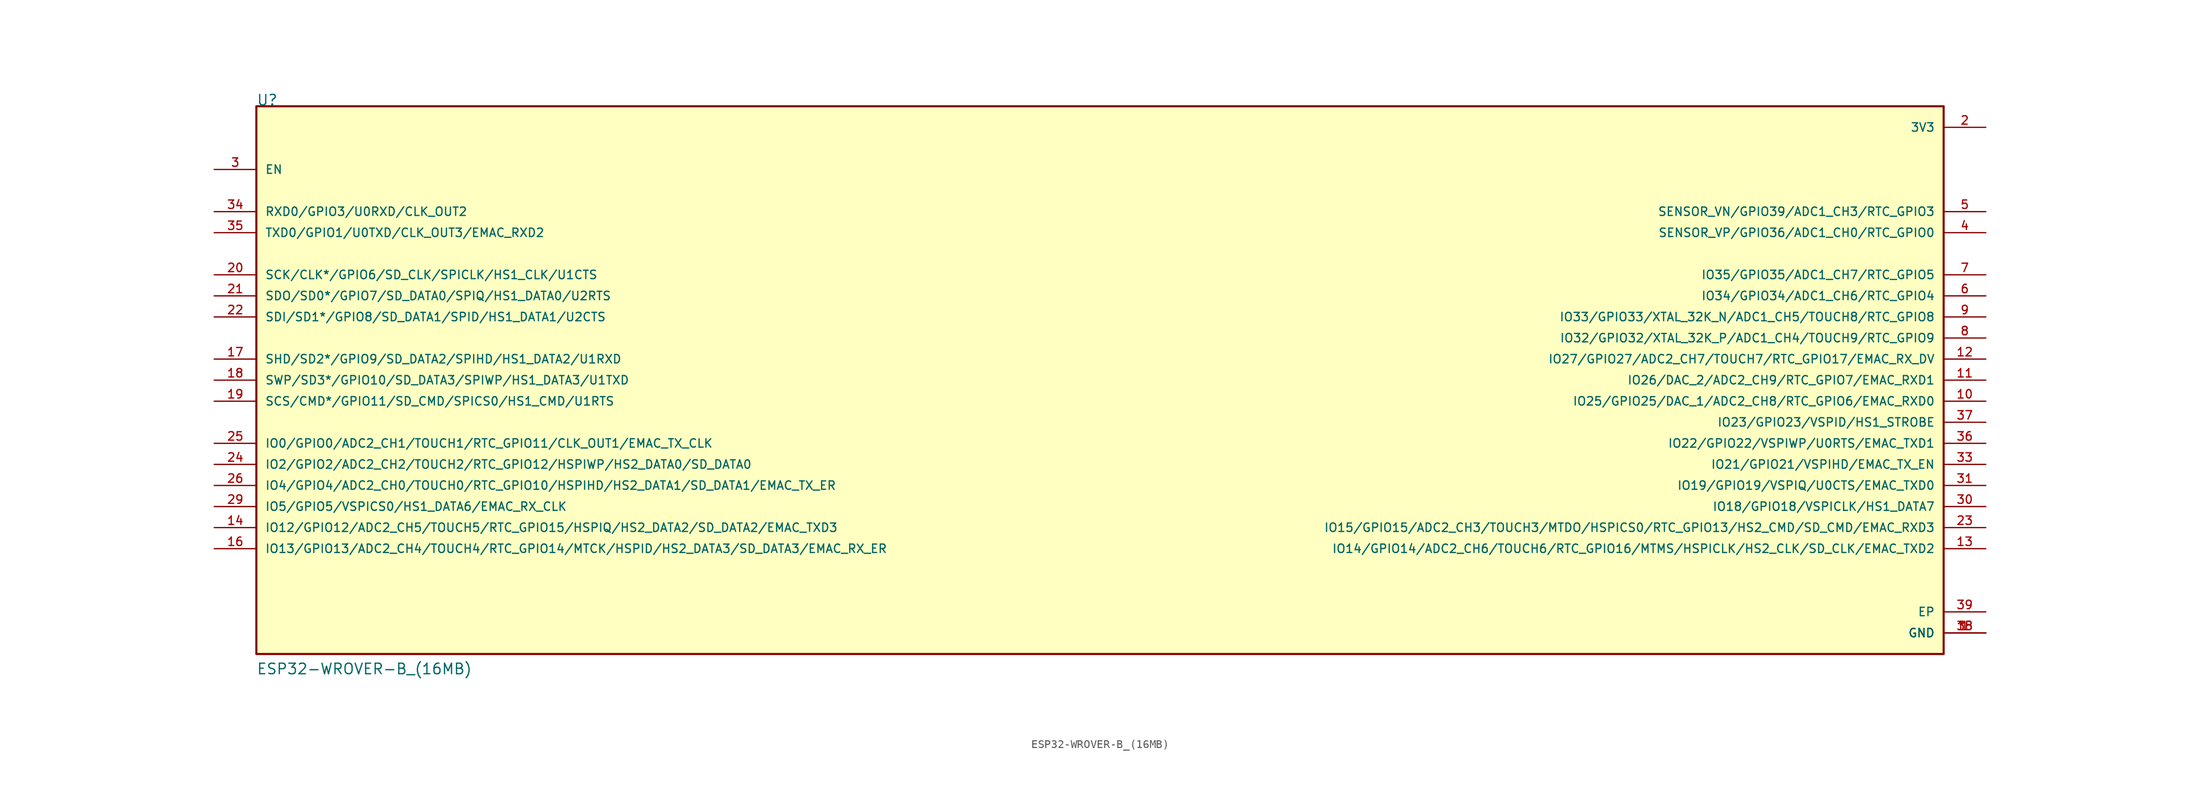
<source format=kicad_sym>
(kicad_symbol_lib
  (version 20211014)
  (generator kicad_symbol_editor)
  (symbol "ESP32-WROVER-B_(16MB)"
    (pin_names
      (offset 1.016))
    (property "Reference" "U"
      (at -101.6 33.02 0)
      (effects (font (size 1.27 1.27)) (justify bottom left)))
    (property "Value" "ESP32-WROVER-B_(16MB)"
      (at -101.6 -35.56 0)
      (effects (font (size 1.27 1.27)) (justify bottom left)))
    (symbol "ESP32-WROVER-B_(16MB)_0_0"
      (rectangle (start -101.6 -33.02) (end 101.6 33.02) (stroke (width 0.254)) (fill (type background)))
      (pin power_in line (at 106.68 -30.48 180.0) (length 5.08) (name "GND" (effects (font (size 1.016 1.016)))) (number "1" (effects (font (size 1.016 1.016)))))
      (pin power_in line (at 106.68 -30.48 180.0) (length 5.08) (name "GND" (effects (font (size 1.016 1.016)))) (number "15" (effects (font (size 1.016 1.016)))))
      (pin power_in line (at 106.68 -30.48 180.0) (length 5.08) (name "GND" (effects (font (size 1.016 1.016)))) (number "38" (effects (font (size 1.016 1.016)))))
      (pin power_in line (at 106.68 30.48 180.0) (length 5.08) (name "3V3" (effects (font (size 1.016 1.016)))) (number "2" (effects (font (size 1.016 1.016)))))
      (pin input line (at -106.68 25.4 0) (length 5.08) (name "EN" (effects (font (size 1.016 1.016)))) (number "3" (effects (font (size 1.016 1.016)))))
      (pin bidirectional line (at 106.68 17.78 180.0) (length 5.08) (name "SENSOR_VP/GPIO36/ADC1_CH0/RTC_GPIO0" (effects (font (size 1.016 1.016)))) (number "4" (effects (font (size 1.016 1.016)))))
      (pin bidirectional line (at 106.68 20.32 180.0) (length 5.08) (name "SENSOR_VN/GPIO39/ADC1_CH3/RTC_GPIO3" (effects (font (size 1.016 1.016)))) (number "5" (effects (font (size 1.016 1.016)))))
      (pin bidirectional line (at 106.68 10.16 180.0) (length 5.08) (name "IO34/GPIO34/ADC1_CH6/RTC_GPIO4" (effects (font (size 1.016 1.016)))) (number "6" (effects (font (size 1.016 1.016)))))
      (pin bidirectional line (at 106.68 12.7 180.0) (length 5.08) (name "IO35/GPIO35/ADC1_CH7/RTC_GPIO5" (effects (font (size 1.016 1.016)))) (number "7" (effects (font (size 1.016 1.016)))))
      (pin bidirectional line (at 106.68 5.08 180.0) (length 5.08) (name "IO32/GPIO32/XTAL_32K_P/ADC1_CH4/TOUCH9/RTC_GPIO9" (effects (font (size 1.016 1.016)))) (number "8" (effects (font (size 1.016 1.016)))))
      (pin bidirectional line (at 106.68 7.62 180.0) (length 5.08) (name "IO33/GPIO33/XTAL_32K_N/ADC1_CH5/TOUCH8/RTC_GPIO8" (effects (font (size 1.016 1.016)))) (number "9" (effects (font (size 1.016 1.016)))))
      (pin bidirectional line (at 106.68 -2.54 180.0) (length 5.08) (name "IO25/GPIO25/DAC_1/ADC2_CH8/RTC_GPIO6/EMAC_RXD0" (effects (font (size 1.016 1.016)))) (number "10" (effects (font (size 1.016 1.016)))))
      (pin bidirectional line (at 106.68 0.0 180.0) (length 5.08) (name "IO26/DAC_2/ADC2_CH9/RTC_GPIO7/EMAC_RXD1" (effects (font (size 1.016 1.016)))) (number "11" (effects (font (size 1.016 1.016)))))
      (pin bidirectional line (at 106.68 2.54 180.0) (length 5.08) (name "IO27/GPIO27/ADC2_CH7/TOUCH7/RTC_GPIO17/EMAC_RX_DV" (effects (font (size 1.016 1.016)))) (number "12" (effects (font (size 1.016 1.016)))))
      (pin bidirectional line (at 106.68 -20.32 180.0) (length 5.08) (name "IO14/GPIO14/ADC2_CH6/TOUCH6/RTC_GPIO16/MTMS/HSPICLK/HS2_CLK/SD_CLK/EMAC_TXD2" (effects (font (size 1.016 1.016)))) (number "13" (effects (font (size 1.016 1.016)))))
      (pin bidirectional line (at -106.68 -17.78 0) (length 5.08) (name "IO12/GPIO12/ADC2_CH5/TOUCH5/RTC_GPIO15/HSPIQ/HS2_DATA2/SD_DATA2/EMAC_TXD3" (effects (font (size 1.016 1.016)))) (number "14" (effects (font (size 1.016 1.016)))))
      (pin bidirectional line (at -106.68 -20.32 0) (length 5.08) (name "IO13/GPIO13/ADC2_CH4/TOUCH4/RTC_GPIO14/MTCK/HSPID/HS2_DATA3/SD_DATA3/EMAC_RX_ER" (effects (font (size 1.016 1.016)))) (number "16" (effects (font (size 1.016 1.016)))))
      (pin bidirectional line (at -106.68 2.54 0) (length 5.08) (name "SHD/SD2*/GPIO9/SD_DATA2/SPIHD/HS1_DATA2/U1RXD" (effects (font (size 1.016 1.016)))) (number "17" (effects (font (size 1.016 1.016)))))
      (pin bidirectional line (at -106.68 0.0 0) (length 5.08) (name "SWP/SD3*/GPIO10/SD_DATA3/SPIWP/HS1_DATA3/U1TXD" (effects (font (size 1.016 1.016)))) (number "18" (effects (font (size 1.016 1.016)))))
      (pin bidirectional line (at -106.68 -2.54 0) (length 5.08) (name "SCS/CMD*/GPIO11/SD_CMD/SPICS0/HS1_CMD/U1RTS" (effects (font (size 1.016 1.016)))) (number "19" (effects (font (size 1.016 1.016)))))
      (pin bidirectional line (at -106.68 12.7 0) (length 5.08) (name "SCK/CLK*/GPIO6/SD_CLK/SPICLK/HS1_CLK/U1CTS" (effects (font (size 1.016 1.016)))) (number "20" (effects (font (size 1.016 1.016)))))
      (pin bidirectional line (at -106.68 10.16 0) (length 5.08) (name "SDO/SD0*/GPIO7/SD_DATA0/SPIQ/HS1_DATA0/U2RTS" (effects (font (size 1.016 1.016)))) (number "21" (effects (font (size 1.016 1.016)))))
      (pin bidirectional line (at -106.68 7.62 0) (length 5.08) (name "SDI/SD1*/GPIO8/SD_DATA1/SPID/HS1_DATA1/U2CTS" (effects (font (size 1.016 1.016)))) (number "22" (effects (font (size 1.016 1.016)))))
      (pin bidirectional line (at 106.68 -17.78 180.0) (length 5.08) (name "IO15/GPIO15/ADC2_CH3/TOUCH3/MTDO/HSPICS0/RTC_GPIO13/HS2_CMD/SD_CMD/EMAC_RXD3" (effects (font (size 1.016 1.016)))) (number "23" (effects (font (size 1.016 1.016)))))
      (pin bidirectional line (at -106.68 -10.16 0) (length 5.08) (name "IO2/GPIO2/ADC2_CH2/TOUCH2/RTC_GPIO12/HSPIWP/HS2_DATA0/SD_DATA0" (effects (font (size 1.016 1.016)))) (number "24" (effects (font (size 1.016 1.016)))))
      (pin bidirectional line (at -106.68 -7.62 0) (length 5.08) (name "IO0/GPIO0/ADC2_CH1/TOUCH1/RTC_GPIO11/CLK_OUT1/EMAC_TX_CLK" (effects (font (size 1.016 1.016)))) (number "25" (effects (font (size 1.016 1.016)))))
      (pin bidirectional line (at -106.68 -12.7 0) (length 5.08) (name "IO4/GPIO4/ADC2_CH0/TOUCH0/RTC_GPIO10/HSPIHD/HS2_DATA1/SD_DATA1/EMAC_TX_ER" (effects (font (size 1.016 1.016)))) (number "26" (effects (font (size 1.016 1.016)))))
      (pin bidirectional line (at -106.68 -15.24 0) (length 5.08) (name "IO5/GPIO5/VSPICS0/HS1_DATA6/EMAC_RX_CLK" (effects (font (size 1.016 1.016)))) (number "29" (effects (font (size 1.016 1.016)))))
      (pin bidirectional line (at 106.68 -15.24 180.0) (length 5.08) (name "IO18/GPIO18/VSPICLK/HS1_DATA7" (effects (font (size 1.016 1.016)))) (number "30" (effects (font (size 1.016 1.016)))))
      (pin bidirectional line (at 106.68 -12.7 180.0) (length 5.08) (name "IO19/GPIO19/VSPIQ/U0CTS/EMAC_TXD0" (effects (font (size 1.016 1.016)))) (number "31" (effects (font (size 1.016 1.016)))))
      (pin bidirectional line (at 106.68 -10.16 180.0) (length 5.08) (name "IO21/GPIO21/VSPIHD/EMAC_TX_EN" (effects (font (size 1.016 1.016)))) (number "33" (effects (font (size 1.016 1.016)))))
      (pin bidirectional line (at -106.68 20.32 0) (length 5.08) (name "RXD0/GPIO3/U0RXD/CLK_OUT2" (effects (font (size 1.016 1.016)))) (number "34" (effects (font (size 1.016 1.016)))))
      (pin bidirectional line (at -106.68 17.78 0) (length 5.08) (name "TXD0/GPIO1/U0TXD/CLK_OUT3/EMAC_RXD2" (effects (font (size 1.016 1.016)))) (number "35" (effects (font (size 1.016 1.016)))))
      (pin bidirectional line (at 106.68 -7.62 180.0) (length 5.08) (name "IO22/GPIO22/VSPIWP/U0RTS/EMAC_TXD1" (effects (font (size 1.016 1.016)))) (number "36" (effects (font (size 1.016 1.016)))))
      (pin bidirectional line (at 106.68 -5.08 180.0) (length 5.08) (name "IO23/GPIO23/VSPID/HS1_STROBE" (effects (font (size 1.016 1.016)))) (number "37" (effects (font (size 1.016 1.016)))))
      (pin power_in line (at 106.68 -27.94 180.0) (length 5.08) (name "EP" (effects (font (size 1.016 1.016)))) (number "39" (effects (font (size 1.016 1.016))))))))
</source>
